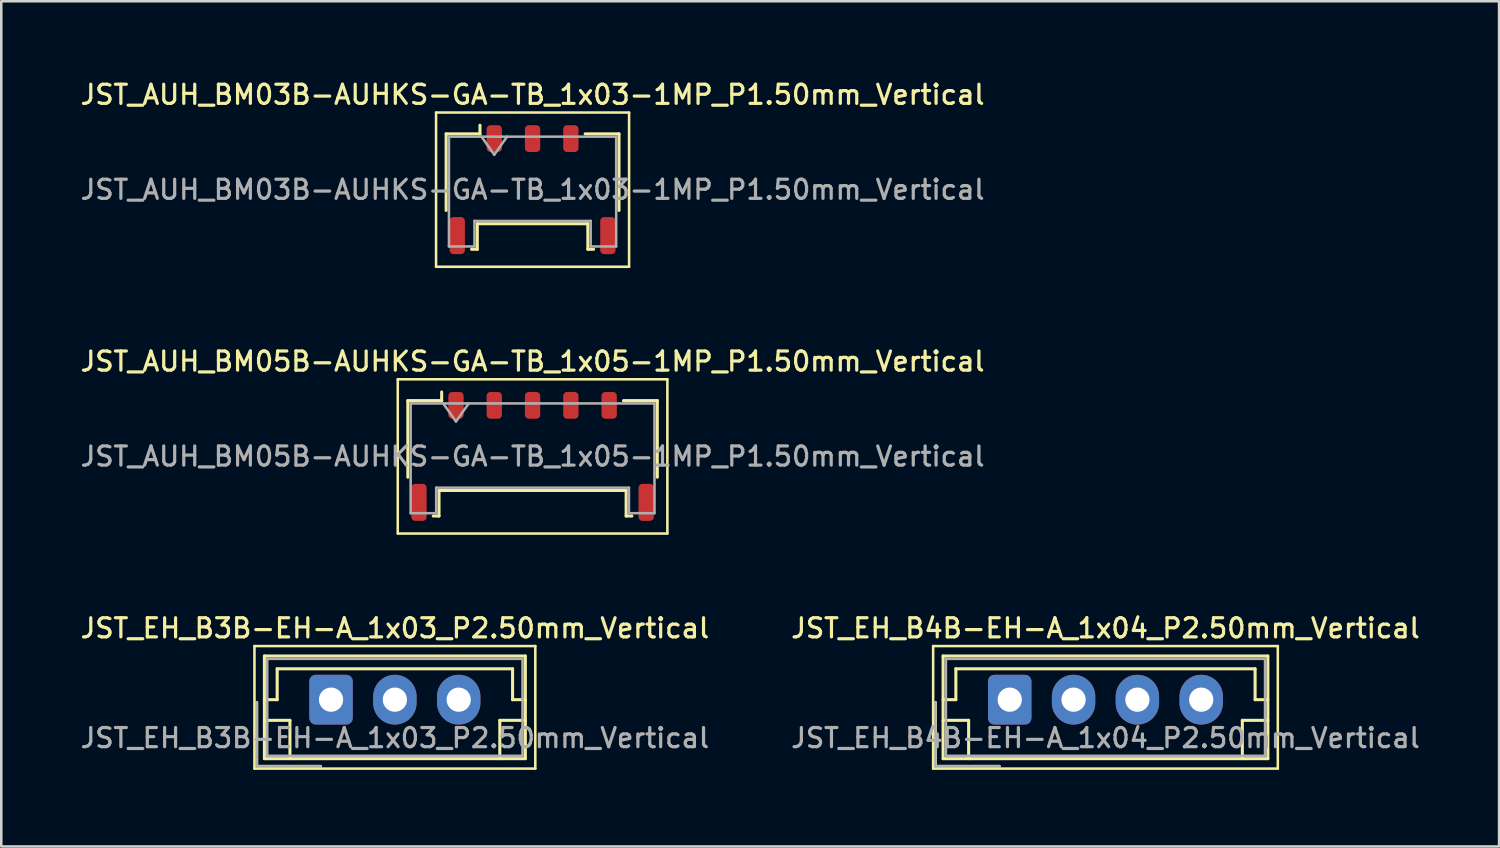
<source format=kicad_pcb>
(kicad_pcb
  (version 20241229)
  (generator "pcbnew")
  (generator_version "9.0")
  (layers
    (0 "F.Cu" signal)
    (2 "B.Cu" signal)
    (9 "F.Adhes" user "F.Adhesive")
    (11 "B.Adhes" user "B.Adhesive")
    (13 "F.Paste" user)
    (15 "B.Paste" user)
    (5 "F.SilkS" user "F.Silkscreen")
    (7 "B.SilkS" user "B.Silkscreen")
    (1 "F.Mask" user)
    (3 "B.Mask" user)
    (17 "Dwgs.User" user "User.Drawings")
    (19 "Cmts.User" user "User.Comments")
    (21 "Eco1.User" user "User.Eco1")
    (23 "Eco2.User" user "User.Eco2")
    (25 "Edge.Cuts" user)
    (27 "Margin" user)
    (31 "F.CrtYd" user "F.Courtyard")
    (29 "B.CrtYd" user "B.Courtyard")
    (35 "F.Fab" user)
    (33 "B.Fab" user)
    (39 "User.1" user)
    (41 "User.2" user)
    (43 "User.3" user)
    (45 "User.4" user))
  (footprint "JST_AUH_BM03B-AUHKS-GA-TB_1x03-1MP_P1.50mm_Vertical"
    (layer "F.Cu")
    (at 17.809 4.378)
    (property "Reference" "JST_AUH_BM03B-AUHKS-GA-TB_1x03-1MP_P1.50mm_Vertical" (at 0 -3.72 0) (layer "F.SilkS") (effects (font (size 0.75 0.75) (thickness 0.125))))
    (attr smd)
    (fp_line (start -3.78 -3.02) (end -3.78 3.02) (stroke (width 0.1) (type solid)) (layer "F.SilkS"))
    (fp_line (start -3.78 3.02) (end 3.78 3.02) (stroke (width 0.1) (type solid)) (layer "F.SilkS"))
    (fp_line (start -3.385 -2.185) (end -2.06 -2.185) (stroke (width 0.12) (type solid)) (layer "F.SilkS"))
    (fp_line (start -3.385 0.815) (end -3.385 -2.185) (stroke (width 0.12) (type solid)) (layer "F.SilkS"))
    (fp_line (start -2.39 2.335) (end -2.165 2.335) (stroke (width 0.12) (type solid)) (layer "F.SilkS"))
    (fp_line (start -2.165 1.335) (end 2.165 1.335) (stroke (width 0.12) (type solid)) (layer "F.SilkS"))
    (fp_line (start -2.165 2.335) (end -2.165 1.335) (stroke (width 0.12) (type solid)) (layer "F.SilkS"))
    (fp_line (start -2.06 -2.185) (end -2.06 -2.525) (stroke (width 0.12) (type solid)) (layer "F.SilkS"))
    (fp_line (start 2.165 1.335) (end 2.165 2.335) (stroke (width 0.12) (type solid)) (layer "F.SilkS"))
    (fp_line (start 2.165 2.335) (end 2.39 2.335) (stroke (width 0.12) (type solid)) (layer "F.SilkS"))
    (fp_line (start 3.385 -2.185) (end 2.06 -2.185) (stroke (width 0.12) (type solid)) (layer "F.SilkS"))
    (fp_line (start 3.385 0.815) (end 3.385 -2.185) (stroke (width 0.12) (type solid)) (layer "F.SilkS"))
    (fp_line (start 3.78 -3.02) (end -3.78 -3.02) (stroke (width 0.1) (type solid)) (layer "F.SilkS"))
    (fp_line (start 3.78 3.02) (end 3.78 -3.02) (stroke (width 0.1) (type solid)) (layer "F.SilkS"))
    (fp_line (start -3.275 -2.075) (end -3.275 2.225) (stroke (width 0.1) (type solid)) (layer "F.Fab"))
    (fp_line (start -3.275 -2.075) (end 3.275 -2.075) (stroke (width 0.1) (type solid)) (layer "F.Fab"))
    (fp_line (start -3.275 2.225) (end -2.275 2.225) (stroke (width 0.1) (type solid)) (layer "F.Fab"))
    (fp_line (start -2.275 1.225) (end 2.275 1.225) (stroke (width 0.1) (type solid)) (layer "F.Fab"))
    (fp_line (start -2.275 2.225) (end -2.275 1.225) (stroke (width 0.1) (type solid)) (layer "F.Fab"))
    (fp_line (start -2 -2.075) (end -1.5 -1.368) (stroke (width 0.1) (type solid)) (layer "F.Fab"))
    (fp_line (start -1.5 -1.368) (end -1 -2.075) (stroke (width 0.1) (type solid)) (layer "F.Fab"))
    (fp_line (start 2.275 1.225) (end 2.275 2.225) (stroke (width 0.1) (type solid)) (layer "F.Fab"))
    (fp_line (start 2.275 2.225) (end 3.275 2.225) (stroke (width 0.1) (type solid)) (layer "F.Fab"))
    (fp_line (start 3.275 -2.075) (end 3.275 2.225) (stroke (width 0.1) (type solid)) (layer "F.Fab"))
    (fp_text user "${REFERENCE}" (at 0 0 0) (layer "F.Fab") (effects (font (size 0.75 0.75) (thickness 0.125))))
    (pad "1" smd roundrect (at -1.5 -2) (size 0.6 1.05) (layers "F.Cu" "F.Mask" "F.Paste") (roundrect_rratio 0.25))
    (pad "2" smd roundrect (at 0 -2) (size 0.6 1.05) (layers "F.Cu" "F.Mask" "F.Paste") (roundrect_rratio 0.25))
    (pad "3" smd roundrect (at 1.5 -2) (size 0.6 1.05) (layers "F.Cu" "F.Mask" "F.Paste") (roundrect_rratio 0.25))
    (pad "MP" smd roundrect (at -2.95 1.8) (size 0.6 1.45) (layers "F.Cu" "F.Mask" "F.Paste") (roundrect_rratio 0.25))
    (pad "MP" smd roundrect (at 2.95 1.8) (size 0.6 1.45) (layers "F.Cu" "F.Mask" "F.Paste") (roundrect_rratio 0.25)))
  (footprint "JST_AUH_BM05B-AUHKS-GA-TB_1x05-1MP_P1.50mm_Vertical"
    (layer "F.Cu")
    (at 17.809 14.826)
    (property "Reference" "JST_AUH_BM05B-AUHKS-GA-TB_1x05-1MP_P1.50mm_Vertical" (at 0 -3.72 0) (layer "F.SilkS") (effects (font (size 0.75 0.75) (thickness 0.125))))
    (attr smd)
    (fp_line (start -5.28 -3.02) (end -5.28 3.02) (stroke (width 0.1) (type solid)) (layer "F.SilkS"))
    (fp_line (start -5.28 3.02) (end 5.28 3.02) (stroke (width 0.1) (type solid)) (layer "F.SilkS"))
    (fp_line (start -4.885 -2.185) (end -3.56 -2.185) (stroke (width 0.12) (type solid)) (layer "F.SilkS"))
    (fp_line (start -4.885 0.815) (end -4.885 -2.185) (stroke (width 0.12) (type solid)) (layer "F.SilkS"))
    (fp_line (start -3.89 2.335) (end -3.665 2.335) (stroke (width 0.12) (type solid)) (layer "F.SilkS"))
    (fp_line (start -3.665 1.335) (end 3.665 1.335) (stroke (width 0.12) (type solid)) (layer "F.SilkS"))
    (fp_line (start -3.665 2.335) (end -3.665 1.335) (stroke (width 0.12) (type solid)) (layer "F.SilkS"))
    (fp_line (start -3.56 -2.185) (end -3.56 -2.525) (stroke (width 0.12) (type solid)) (layer "F.SilkS"))
    (fp_line (start 3.665 1.335) (end 3.665 2.335) (stroke (width 0.12) (type solid)) (layer "F.SilkS"))
    (fp_line (start 3.665 2.335) (end 3.89 2.335) (stroke (width 0.12) (type solid)) (layer "F.SilkS"))
    (fp_line (start 4.885 -2.185) (end 3.56 -2.185) (stroke (width 0.12) (type solid)) (layer "F.SilkS"))
    (fp_line (start 4.885 0.815) (end 4.885 -2.185) (stroke (width 0.12) (type solid)) (layer "F.SilkS"))
    (fp_line (start 5.28 -3.02) (end -5.28 -3.02) (stroke (width 0.1) (type solid)) (layer "F.SilkS"))
    (fp_line (start 5.28 3.02) (end 5.28 -3.02) (stroke (width 0.1) (type solid)) (layer "F.SilkS"))
    (fp_line (start -4.775 -2.075) (end -4.775 2.225) (stroke (width 0.1) (type solid)) (layer "F.Fab"))
    (fp_line (start -4.775 -2.075) (end 4.775 -2.075) (stroke (width 0.1) (type solid)) (layer "F.Fab"))
    (fp_line (start -4.775 2.225) (end -3.775 2.225) (stroke (width 0.1) (type solid)) (layer "F.Fab"))
    (fp_line (start -3.775 1.225) (end 3.775 1.225) (stroke (width 0.1) (type solid)) (layer "F.Fab"))
    (fp_line (start -3.775 2.225) (end -3.775 1.225) (stroke (width 0.1) (type solid)) (layer "F.Fab"))
    (fp_line (start -3.5 -2.075) (end -3 -1.368) (stroke (width 0.1) (type solid)) (layer "F.Fab"))
    (fp_line (start -3 -1.368) (end -2.5 -2.075) (stroke (width 0.1) (type solid)) (layer "F.Fab"))
    (fp_line (start 3.775 1.225) (end 3.775 2.225) (stroke (width 0.1) (type solid)) (layer "F.Fab"))
    (fp_line (start 3.775 2.225) (end 4.775 2.225) (stroke (width 0.1) (type solid)) (layer "F.Fab"))
    (fp_line (start 4.775 -2.075) (end 4.775 2.225) (stroke (width 0.1) (type solid)) (layer "F.Fab"))
    (fp_text user "${REFERENCE}" (at 0 0 0) (layer "F.Fab") (effects (font (size 0.75 0.75) (thickness 0.125))))
    (pad "1" smd roundrect (at -3 -2) (size 0.6 1.05) (layers "F.Cu" "F.Mask" "F.Paste") (roundrect_rratio 0.25))
    (pad "2" smd roundrect (at -1.5 -2) (size 0.6 1.05) (layers "F.Cu" "F.Mask" "F.Paste") (roundrect_rratio 0.25))
    (pad "3" smd roundrect (at 0 -2) (size 0.6 1.05) (layers "F.Cu" "F.Mask" "F.Paste") (roundrect_rratio 0.25))
    (pad "4" smd roundrect (at 1.5 -2) (size 0.6 1.05) (layers "F.Cu" "F.Mask" "F.Paste") (roundrect_rratio 0.25))
    (pad "5" smd roundrect (at 3 -2) (size 0.6 1.05) (layers "F.Cu" "F.Mask" "F.Paste") (roundrect_rratio 0.25))
    (pad "MP" smd roundrect (at -4.45 1.8) (size 0.6 1.45) (layers "F.Cu" "F.Mask" "F.Paste") (roundrect_rratio 0.25))
    (pad "MP" smd roundrect (at 4.45 1.8) (size 0.6 1.45) (layers "F.Cu" "F.Mask" "F.Paste") (roundrect_rratio 0.25)))
  (footprint "JST_EH_B3B-EH-A_1x03_P2.50mm_Vertical"
    (layer "F.Cu")
    (at 9.916 24.354)
    (property "Reference" "JST_EH_B3B-EH-A_1x03_P2.50mm_Vertical" (at 2.5 -2.8 0) (layer "F.SilkS") (effects (font (size 0.75 0.75) (thickness 0.125))))
    (attr through_hole)
    (fp_line (start -3 -2.1) (end -3 2.7) (stroke (width 0.1) (type solid)) (layer "F.SilkS"))
    (fp_line (start -3 2.7) (end 8 2.7) (stroke (width 0.1) (type solid)) (layer "F.SilkS"))
    (fp_line (start -2.91 0.11) (end -2.91 2.61) (stroke (width 0.12) (type solid)) (layer "F.SilkS"))
    (fp_line (start -2.91 2.61) (end -0.41 2.61) (stroke (width 0.12) (type solid)) (layer "F.SilkS"))
    (fp_line (start -2.61 -1.71) (end -2.61 2.31) (stroke (width 0.12) (type solid)) (layer "F.SilkS"))
    (fp_line (start -2.61 0) (end -2.11 0) (stroke (width 0.12) (type solid)) (layer "F.SilkS"))
    (fp_line (start -2.61 0.81) (end -1.61 0.81) (stroke (width 0.12) (type solid)) (layer "F.SilkS"))
    (fp_line (start -2.61 2.31) (end 7.61 2.31) (stroke (width 0.12) (type solid)) (layer "F.SilkS"))
    (fp_line (start -2.11 -1.21) (end 7.11 -1.21) (stroke (width 0.12) (type solid)) (layer "F.SilkS"))
    (fp_line (start -2.11 0) (end -2.11 -1.21) (stroke (width 0.12) (type solid)) (layer "F.SilkS"))
    (fp_line (start -1.61 0.81) (end -1.61 2.31) (stroke (width 0.12) (type solid)) (layer "F.SilkS"))
    (fp_line (start 6.61 0.81) (end 6.61 2.31) (stroke (width 0.12) (type solid)) (layer "F.SilkS"))
    (fp_line (start 7.11 -1.21) (end 7.11 0) (stroke (width 0.12) (type solid)) (layer "F.SilkS"))
    (fp_line (start 7.11 0) (end 7.61 0) (stroke (width 0.12) (type solid)) (layer "F.SilkS"))
    (fp_line (start 7.61 -1.71) (end -2.61 -1.71) (stroke (width 0.12) (type solid)) (layer "F.SilkS"))
    (fp_line (start 7.61 0.81) (end 6.61 0.81) (stroke (width 0.12) (type solid)) (layer "F.SilkS"))
    (fp_line (start 7.61 2.31) (end 7.61 -1.71) (stroke (width 0.12) (type solid)) (layer "F.SilkS"))
    (fp_line (start 8 -2.1) (end -3 -2.1) (stroke (width 0.1) (type solid)) (layer "F.SilkS"))
    (fp_line (start 8 2.7) (end 8 -2.1) (stroke (width 0.1) (type solid)) (layer "F.SilkS"))
    (fp_line (start -2.91 0.11) (end -2.91 2.61) (stroke (width 0.1) (type solid)) (layer "F.Fab"))
    (fp_line (start -2.91 2.61) (end -0.41 2.61) (stroke (width 0.1) (type solid)) (layer "F.Fab"))
    (fp_line (start -2.5 -1.6) (end -2.5 2.2) (stroke (width 0.1) (type solid)) (layer "F.Fab"))
    (fp_line (start -2.5 2.2) (end 7.5 2.2) (stroke (width 0.1) (type solid)) (layer "F.Fab"))
    (fp_line (start 7.5 -1.6) (end -2.5 -1.6) (stroke (width 0.1) (type solid)) (layer "F.Fab"))
    (fp_line (start 7.5 2.2) (end 7.5 -1.6) (stroke (width 0.1) (type solid)) (layer "F.Fab"))
    (fp_text user "${REFERENCE}" (at 2.5 1.5 0) (layer "F.Fab") (effects (font (size 0.75 0.75) (thickness 0.125))))
    (pad "1" thru_hole roundrect (at 0 0) (size 1.7 1.95) (drill 0.95) (layers "*.Cu" "*.Mask") (roundrect_rratio 0.147))
    (pad "2" thru_hole oval (at 2.5 0) (size 1.7 1.95) (drill 0.95) (layers "*.Cu" "*.Mask"))
    (pad "3" thru_hole oval (at 5 0) (size 1.7 1.95) (drill 0.95) (layers "*.Cu" "*.Mask")))
  (footprint "JST_EH_B4B-EH-A_1x04_P2.50mm_Vertical"
    (layer "F.Cu")
    (at 36.498 24.354)
    (property "Reference" "JST_EH_B4B-EH-A_1x04_P2.50mm_Vertical" (at 3.75 -2.8 0) (layer "F.SilkS") (effects (font (size 0.75 0.75) (thickness 0.125))))
    (attr through_hole)
    (fp_line (start -3 -2.1) (end -3 2.7) (stroke (width 0.1) (type solid)) (layer "F.SilkS"))
    (fp_line (start -3 2.7) (end 10.5 2.7) (stroke (width 0.1) (type solid)) (layer "F.SilkS"))
    (fp_line (start -2.91 0.11) (end -2.91 2.61) (stroke (width 0.12) (type solid)) (layer "F.SilkS"))
    (fp_line (start -2.91 2.61) (end -0.41 2.61) (stroke (width 0.12) (type solid)) (layer "F.SilkS"))
    (fp_line (start -2.61 -1.71) (end -2.61 2.31) (stroke (width 0.12) (type solid)) (layer "F.SilkS"))
    (fp_line (start -2.61 0) (end -2.11 0) (stroke (width 0.12) (type solid)) (layer "F.SilkS"))
    (fp_line (start -2.61 0.81) (end -1.61 0.81) (stroke (width 0.12) (type solid)) (layer "F.SilkS"))
    (fp_line (start -2.61 2.31) (end 10.11 2.31) (stroke (width 0.12) (type solid)) (layer "F.SilkS"))
    (fp_line (start -2.11 -1.21) (end 9.61 -1.21) (stroke (width 0.12) (type solid)) (layer "F.SilkS"))
    (fp_line (start -2.11 0) (end -2.11 -1.21) (stroke (width 0.12) (type solid)) (layer "F.SilkS"))
    (fp_line (start -1.61 0.81) (end -1.61 2.31) (stroke (width 0.12) (type solid)) (layer "F.SilkS"))
    (fp_line (start 9.11 0.81) (end 9.11 2.31) (stroke (width 0.12) (type solid)) (layer "F.SilkS"))
    (fp_line (start 9.61 -1.21) (end 9.61 0) (stroke (width 0.12) (type solid)) (layer "F.SilkS"))
    (fp_line (start 9.61 0) (end 10.11 0) (stroke (width 0.12) (type solid)) (layer "F.SilkS"))
    (fp_line (start 10.11 -1.71) (end -2.61 -1.71) (stroke (width 0.12) (type solid)) (layer "F.SilkS"))
    (fp_line (start 10.11 0.81) (end 9.11 0.81) (stroke (width 0.12) (type solid)) (layer "F.SilkS"))
    (fp_line (start 10.11 2.31) (end 10.11 -1.71) (stroke (width 0.12) (type solid)) (layer "F.SilkS"))
    (fp_line (start 10.5 -2.1) (end -3 -2.1) (stroke (width 0.1) (type solid)) (layer "F.SilkS"))
    (fp_line (start 10.5 2.7) (end 10.5 -2.1) (stroke (width 0.1) (type solid)) (layer "F.SilkS"))
    (fp_line (start -2.91 0.11) (end -2.91 2.61) (stroke (width 0.1) (type solid)) (layer "F.Fab"))
    (fp_line (start -2.91 2.61) (end -0.41 2.61) (stroke (width 0.1) (type solid)) (layer "F.Fab"))
    (fp_line (start -2.5 -1.6) (end -2.5 2.2) (stroke (width 0.1) (type solid)) (layer "F.Fab"))
    (fp_line (start -2.5 2.2) (end 10 2.2) (stroke (width 0.1) (type solid)) (layer "F.Fab"))
    (fp_line (start 10 -1.6) (end -2.5 -1.6) (stroke (width 0.1) (type solid)) (layer "F.Fab"))
    (fp_line (start 10 2.2) (end 10 -1.6) (stroke (width 0.1) (type solid)) (layer "F.Fab"))
    (fp_text user "${REFERENCE}" (at 3.75 1.5 0) (layer "F.Fab") (effects (font (size 0.75 0.75) (thickness 0.125))))
    (pad "1" thru_hole roundrect (at 0 0) (size 1.7 1.95) (drill 0.95) (layers "*.Cu" "*.Mask") (roundrect_rratio 0.147))
    (pad "2" thru_hole oval (at 2.5 0) (size 1.7 1.95) (drill 0.95) (layers "*.Cu" "*.Mask"))
    (pad "3" thru_hole oval (at 5 0) (size 1.7 1.95) (drill 0.95) (layers "*.Cu" "*.Mask"))
    (pad "4" thru_hole oval (at 7.5 0) (size 1.7 1.95) (drill 0.95) (layers "*.Cu" "*.Mask")))
  (gr_rect
    (start -3 -3)
    (end 55.664 30.104)
    (stroke (width 0.1) (type default))
    (fill no)
    (layer "Edge.Cuts")))
</source>
